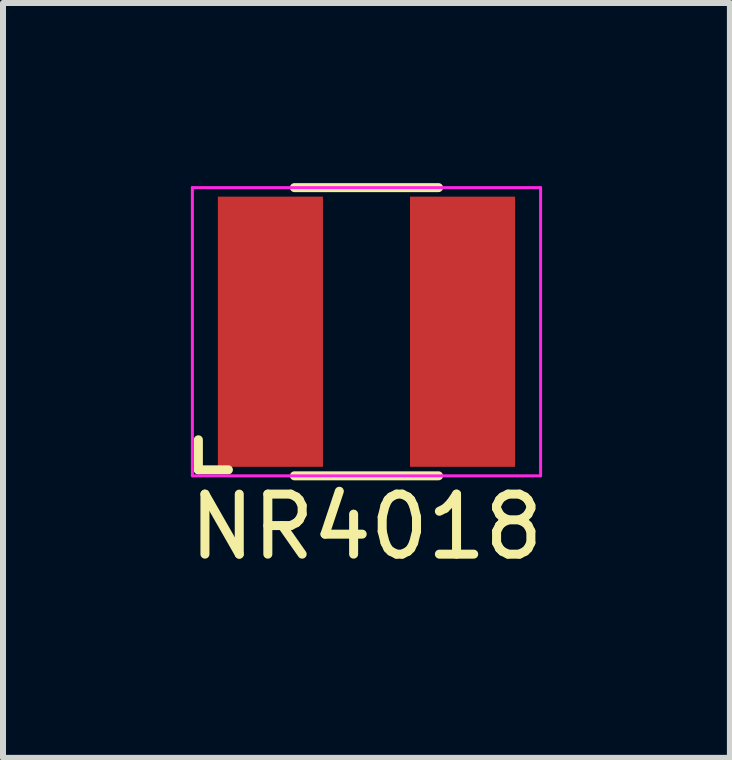
<source format=kicad_pcb>
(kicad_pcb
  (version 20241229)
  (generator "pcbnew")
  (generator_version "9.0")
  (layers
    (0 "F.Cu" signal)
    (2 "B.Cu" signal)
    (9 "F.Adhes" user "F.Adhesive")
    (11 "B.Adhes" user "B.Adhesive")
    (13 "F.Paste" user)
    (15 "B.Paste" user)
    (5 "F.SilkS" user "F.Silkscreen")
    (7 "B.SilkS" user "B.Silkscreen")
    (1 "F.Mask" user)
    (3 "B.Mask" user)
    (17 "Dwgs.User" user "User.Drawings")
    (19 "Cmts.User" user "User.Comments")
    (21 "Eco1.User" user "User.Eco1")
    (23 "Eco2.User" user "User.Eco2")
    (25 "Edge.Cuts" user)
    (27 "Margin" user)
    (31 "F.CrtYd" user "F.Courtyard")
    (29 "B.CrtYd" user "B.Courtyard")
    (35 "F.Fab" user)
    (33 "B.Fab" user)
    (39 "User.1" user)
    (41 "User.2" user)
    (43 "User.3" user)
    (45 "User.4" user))
  (footprint "NR4018"
    (layer "F.Cu")
    (at 3.054 2.475)
    (property "Reference" "NR4018" (at 0 3.25 0) (layer "F.SilkS") (effects (font (size 1 1) (thickness 0.15))))
    (attr smd)
    (fp_line (start -2.8 2.3) (end -2.8 1.8) (stroke (width 0.15) (type solid)) (layer "F.SilkS"))
    (fp_line (start -2.3 2.3) (end -2.8 2.3) (stroke (width 0.15) (type solid)) (layer "F.SilkS"))
    (fp_line (start -1.2 -2.4) (end 1.2 -2.4) (stroke (width 0.15) (type solid)) (layer "F.SilkS"))
    (fp_line (start 1.2 2.4) (end -1.2 2.4) (stroke (width 0.15) (type solid)) (layer "F.SilkS"))
    (fp_line (start -2.9 -2.4) (end 2.9 -2.4) (stroke (width 0.05) (type solid)) (layer "F.CrtYd"))
    (fp_line (start -2.9 2.4) (end -2.9 -2.4) (stroke (width 0.05) (type solid)) (layer "F.CrtYd"))
    (fp_line (start 2.9 -2.4) (end 2.9 2.4) (stroke (width 0.05) (type solid)) (layer "F.CrtYd"))
    (fp_line (start 2.9 2.4) (end -2.9 2.4) (stroke (width 0.05) (type solid)) (layer "F.CrtYd"))
    (pad "1" smd rect (at -1.6 0) (size 1.75 4.5) (layers "F.Cu" "F.Mask" "F.Paste"))
    (pad "2" smd rect (at 1.6 0) (size 1.75 4.5) (layers "F.Cu" "F.Mask" "F.Paste")))
  (gr_rect
    (start -3 -3)
    (end 9.107 9.573)
    (stroke (width 0.1) (type default))
    (fill no)
    (layer "Edge.Cuts")))
</source>
